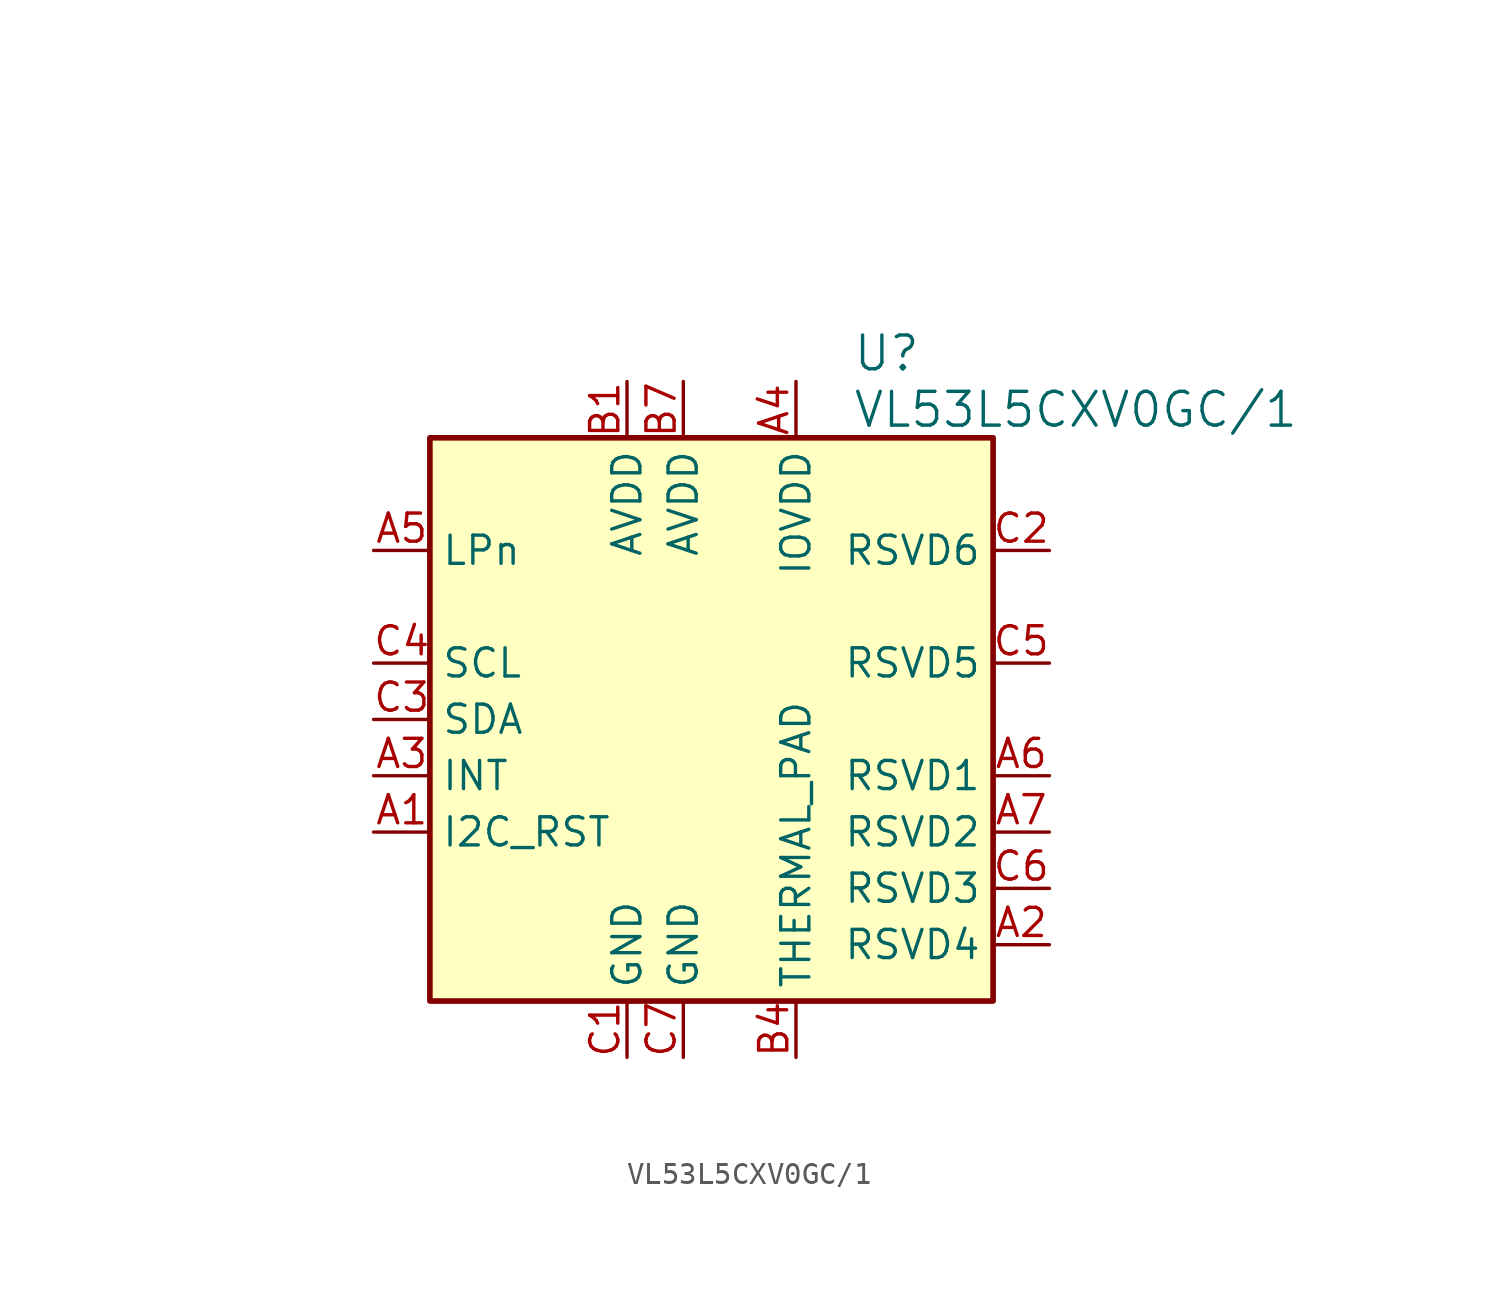
<source format=kicad_sym>
(kicad_symbol_lib
  (version 20220914)
  (generator kicad_symbol_editor)
  (symbol "VL53L5CXV0GC/1"
    (property "Reference" "U"
      (at 6.35 16.51 0)
      (effects (font (size 1.524 1.524)) (justify left)))
    (property "Value" "VL53L5CXV0GC/1"
      (at 6.35 13.97 0)
      (effects (font (size 1.524 1.524)) (justify left)))
    (property "Datasheet" ""
      (at -22.86 24.13 0)
      (effects (font (size 1.524 1.524))))
    (symbol "VL53L5CXV0GC/1_1_1"
      (rectangle (start -12.7 12.7) (end 12.7 -12.7) (stroke (width 0.254) (type default)) (fill (type background)))
      (pin input line (at -15.24 -5.08 0) (length 2.54) (name "I2C_RST" (effects (font (size 1.27 1.27)))) (number "A1" (effects (font (size 1.27 1.27)))))
      (pin unspecified line (at 15.24 -10.16 180) (length 2.54) (name "RSVD4" (effects (font (size 1.27 1.27)))) (number "A2" (effects (font (size 1.27 1.27)))))
      (pin output line (at -15.24 -2.54 0) (length 2.54) (name "INT" (effects (font (size 1.27 1.27)))) (number "A3" (effects (font (size 1.27 1.27)))))
      (pin power_in line (at 3.81 15.24 270) (length 2.54) (name "IOVDD" (effects (font (size 1.27 1.27)))) (number "A4" (effects (font (size 1.27 1.27)))))
      (pin input line (at -15.24 7.62 0) (length 2.54) (name "LPn" (effects (font (size 1.27 1.27)))) (number "A5" (effects (font (size 1.27 1.27)))))
      (pin unspecified line (at 15.24 -2.54 180) (length 2.54) (name "RSVD1" (effects (font (size 1.27 1.27)))) (number "A6" (effects (font (size 1.27 1.27)))))
      (pin unspecified line (at 15.24 -5.08 180) (length 2.54) (name "RSVD2" (effects (font (size 1.27 1.27)))) (number "A7" (effects (font (size 1.27 1.27)))))
      (pin power_in line (at -3.81 15.24 270) (length 2.54) (name "AVDD" (effects (font (size 1.27 1.27)))) (number "B1" (effects (font (size 1.27 1.27)))))
      (pin unspecified line (at 3.81 -15.24 90) (length 2.54) (name "THERMAL_PAD" (effects (font (size 1.27 1.27)))) (number "B4" (effects (font (size 1.27 1.27)))))
      (pin power_in line (at -1.27 15.24 270) (length 2.54) (name "AVDD" (effects (font (size 1.27 1.27)))) (number "B7" (effects (font (size 1.27 1.27)))))
      (pin unspecified line (at -3.81 -15.24 90) (length 2.54) (name "GND" (effects (font (size 1.27 1.27)))) (number "C1" (effects (font (size 1.27 1.27)))))
      (pin bidirectional line (at 15.24 7.62 180) (length 2.54) (name "RSVD6" (effects (font (size 1.27 1.27)))) (number "C2" (effects (font (size 1.27 1.27)))))
      (pin bidirectional line (at -15.24 0 0) (length 2.54) (name "SDA" (effects (font (size 1.27 1.27)))) (number "C3" (effects (font (size 1.27 1.27)))))
      (pin input line (at -15.24 2.54 0) (length 2.54) (name "SCL" (effects (font (size 1.27 1.27)))) (number "C4" (effects (font (size 1.27 1.27)))))
      (pin output line (at 15.24 2.54 180) (length 2.54) (name "RSVD5" (effects (font (size 1.27 1.27)))) (number "C5" (effects (font (size 1.27 1.27)))))
      (pin unspecified line (at 15.24 -7.62 180) (length 2.54) (name "RSVD3" (effects (font (size 1.27 1.27)))) (number "C6" (effects (font (size 1.27 1.27)))))
      (pin power_in line (at -1.27 -15.24 90) (length 2.54) (name "GND" (effects (font (size 1.27 1.27)))) (number "C7" (effects (font (size 1.27 1.27))))))))
</source>
